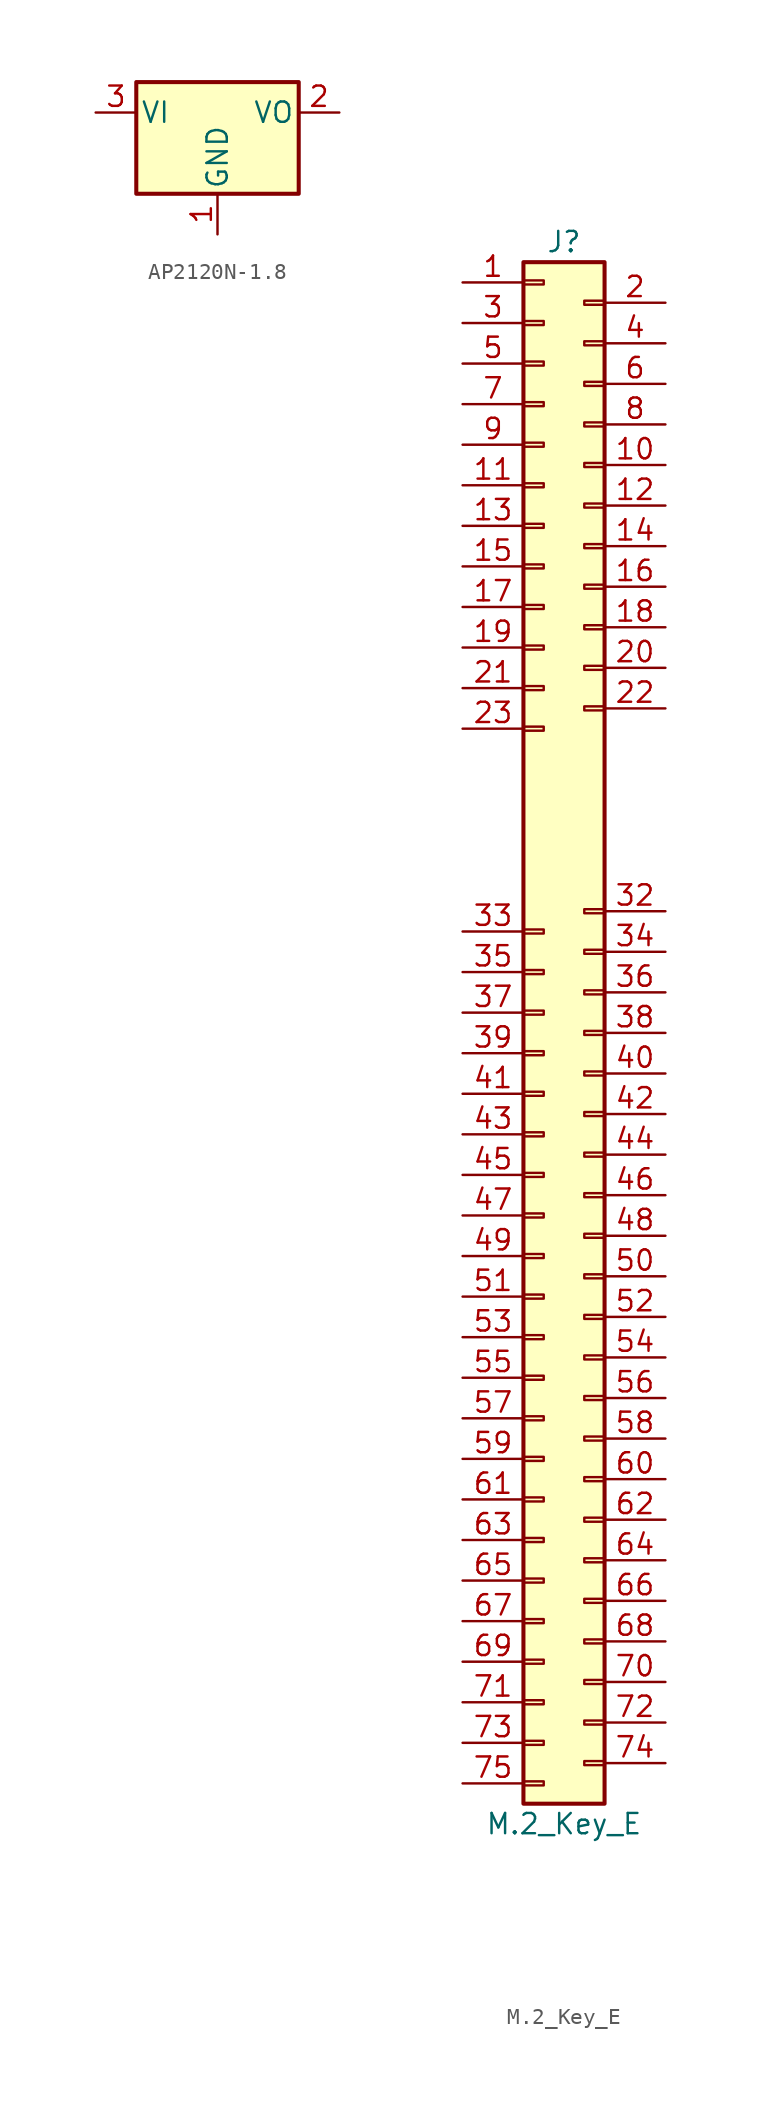
<source format=kicad_sym>
(kicad_symbol_lib
  (version 20220914)
  (generator kicad_symbol_editor)
  (symbol "AP2120N-1.8"
    (pin_names
      (offset 0.254))
    (property "Reference" "U"
      (at -3.81 3.175 0)
      (effects (font (size 1.27 1.27)) hide))
    (symbol "AP2120N-1.8_0_1"
      (rectangle (start -5.08 1.905) (end 5.08 -5.08) (stroke (width 0.254) (type default)) (fill (type background))))
    (symbol "AP2120N-1.8_1_1"
      (pin power_in line (at 0 -7.62 90) (length 2.54) (name "GND" (effects (font (size 1.27 1.27)))) (number "1" (effects (font (size 1.27 1.27)))))
      (pin power_out line (at 7.62 0 180) (length 2.54) (name "VO" (effects (font (size 1.27 1.27)))) (number "2" (effects (font (size 1.27 1.27)))))
      (pin power_in line (at -7.62 0 0) (length 2.54) (name "VI" (effects (font (size 1.27 1.27)))) (number "3" (effects (font (size 1.27 1.27)))))))
  (symbol "M.2_Key_E"
    (pin_names
      (offset 1.016) hide)
    (property "Reference" "J"
      (at 1.27 48.26 0)
      (effects (font (size 1.27 1.27))))
    (property "Value" "M.2_Key_E"
      (at 1.27 -50.8 0)
      (effects (font (size 1.27 1.27))))
    (symbol "M.2_Key_E_1_1"
      (rectangle (start -1.27 -48.133) (end 0 -48.387) (stroke (width 0.152) (type solid)) (fill (type none)))
      (rectangle (start -1.27 -45.593) (end 0 -45.847) (stroke (width 0.152) (type solid)) (fill (type none)))
      (rectangle (start -1.27 -43.053) (end 0 -43.307) (stroke (width 0.152) (type solid)) (fill (type none)))
      (rectangle (start -1.27 -40.513) (end 0 -40.767) (stroke (width 0.152) (type solid)) (fill (type none)))
      (rectangle (start -1.27 -37.973) (end 0 -38.227) (stroke (width 0.152) (type solid)) (fill (type none)))
      (rectangle (start -1.27 -35.433) (end 0 -35.687) (stroke (width 0.152) (type solid)) (fill (type none)))
      (rectangle (start -1.27 -32.893) (end 0 -33.147) (stroke (width 0.152) (type solid)) (fill (type none)))
      (rectangle (start -1.27 -30.353) (end 0 -30.607) (stroke (width 0.152) (type solid)) (fill (type none)))
      (rectangle (start -1.27 -27.813) (end 0 -28.067) (stroke (width 0.152) (type solid)) (fill (type none)))
      (rectangle (start -1.27 -25.273) (end 0 -25.527) (stroke (width 0.152) (type solid)) (fill (type none)))
      (rectangle (start -1.27 -22.733) (end 0 -22.987) (stroke (width 0.152) (type solid)) (fill (type none)))
      (rectangle (start -1.27 -20.193) (end 0 -20.447) (stroke (width 0.152) (type solid)) (fill (type none)))
      (rectangle (start -1.27 -17.653) (end 0 -17.907) (stroke (width 0.152) (type solid)) (fill (type none)))
      (rectangle (start -1.27 -15.113) (end 0 -15.367) (stroke (width 0.152) (type solid)) (fill (type none)))
      (rectangle (start -1.27 -12.573) (end 0 -12.827) (stroke (width 0.152) (type solid)) (fill (type none)))
      (rectangle (start -1.27 -10.033) (end 0 -10.287) (stroke (width 0.152) (type solid)) (fill (type none)))
      (rectangle (start -1.27 -7.493) (end 0 -7.747) (stroke (width 0.152) (type solid)) (fill (type none)))
      (rectangle (start -1.27 -4.953) (end 0 -5.207) (stroke (width 0.152) (type solid)) (fill (type none)))
      (rectangle (start -1.27 -2.413) (end 0 -2.667) (stroke (width 0.152) (type solid)) (fill (type none)))
      (rectangle (start -1.27 0.127) (end 0 -0.127) (stroke (width 0.152) (type solid)) (fill (type none)))
      (rectangle (start -1.27 2.667) (end 0 2.413) (stroke (width 0.152) (type solid)) (fill (type none)))
      (rectangle (start -1.27 5.207) (end 0 4.953) (stroke (width 0.152) (type solid)) (fill (type none)))
      (rectangle (start -1.27 17.907) (end 0 17.653) (stroke (width 0.152) (type solid)) (fill (type none)))
      (rectangle (start -1.27 20.447) (end 0 20.193) (stroke (width 0.152) (type solid)) (fill (type none)))
      (rectangle (start -1.27 22.987) (end 0 22.733) (stroke (width 0.152) (type solid)) (fill (type none)))
      (rectangle (start -1.27 25.527) (end 0 25.273) (stroke (width 0.152) (type solid)) (fill (type none)))
      (rectangle (start -1.27 28.067) (end 0 27.813) (stroke (width 0.152) (type solid)) (fill (type none)))
      (rectangle (start -1.27 30.607) (end 0 30.353) (stroke (width 0.152) (type solid)) (fill (type none)))
      (rectangle (start -1.27 33.147) (end 0 32.893) (stroke (width 0.152) (type solid)) (fill (type none)))
      (rectangle (start -1.27 35.687) (end 0 35.433) (stroke (width 0.152) (type solid)) (fill (type none)))
      (rectangle (start -1.27 38.227) (end 0 37.973) (stroke (width 0.152) (type solid)) (fill (type none)))
      (rectangle (start -1.27 40.767) (end 0 40.513) (stroke (width 0.152) (type solid)) (fill (type none)))
      (rectangle (start -1.27 43.307) (end 0 43.053) (stroke (width 0.152) (type solid)) (fill (type none)))
      (rectangle (start -1.27 45.847) (end 0 45.593) (stroke (width 0.152) (type solid)) (fill (type none)))
      (rectangle (start -1.27 46.99) (end 3.81 -49.53) (stroke (width 0.254) (type solid)) (fill (type background)))
      (rectangle (start 3.81 -46.863) (end 2.54 -47.117) (stroke (width 0.152) (type solid)) (fill (type none)))
      (rectangle (start 3.81 -44.323) (end 2.54 -44.577) (stroke (width 0.152) (type solid)) (fill (type none)))
      (rectangle (start 3.81 -41.783) (end 2.54 -42.037) (stroke (width 0.152) (type solid)) (fill (type none)))
      (rectangle (start 3.81 -39.243) (end 2.54 -39.497) (stroke (width 0.152) (type solid)) (fill (type none)))
      (rectangle (start 3.81 -36.703) (end 2.54 -36.957) (stroke (width 0.152) (type solid)) (fill (type none)))
      (rectangle (start 3.81 -34.163) (end 2.54 -34.417) (stroke (width 0.152) (type solid)) (fill (type none)))
      (rectangle (start 3.81 -31.623) (end 2.54 -31.877) (stroke (width 0.152) (type solid)) (fill (type none)))
      (rectangle (start 3.81 -29.083) (end 2.54 -29.337) (stroke (width 0.152) (type solid)) (fill (type none)))
      (rectangle (start 3.81 -26.543) (end 2.54 -26.797) (stroke (width 0.152) (type solid)) (fill (type none)))
      (rectangle (start 3.81 -24.003) (end 2.54 -24.257) (stroke (width 0.152) (type solid)) (fill (type none)))
      (rectangle (start 3.81 -21.463) (end 2.54 -21.717) (stroke (width 0.152) (type solid)) (fill (type none)))
      (rectangle (start 3.81 -18.923) (end 2.54 -19.177) (stroke (width 0.152) (type solid)) (fill (type none)))
      (rectangle (start 3.81 -16.383) (end 2.54 -16.637) (stroke (width 0.152) (type solid)) (fill (type none)))
      (rectangle (start 3.81 -13.843) (end 2.54 -14.097) (stroke (width 0.152) (type solid)) (fill (type none)))
      (rectangle (start 3.81 -11.303) (end 2.54 -11.557) (stroke (width 0.152) (type solid)) (fill (type none)))
      (rectangle (start 3.81 -8.763) (end 2.54 -9.017) (stroke (width 0.152) (type solid)) (fill (type none)))
      (rectangle (start 3.81 -6.223) (end 2.54 -6.477) (stroke (width 0.152) (type solid)) (fill (type none)))
      (rectangle (start 3.81 -3.683) (end 2.54 -3.937) (stroke (width 0.152) (type solid)) (fill (type none)))
      (rectangle (start 3.81 -1.143) (end 2.54 -1.397) (stroke (width 0.152) (type solid)) (fill (type none)))
      (rectangle (start 3.81 1.397) (end 2.54 1.143) (stroke (width 0.152) (type solid)) (fill (type none)))
      (rectangle (start 3.81 3.937) (end 2.54 3.683) (stroke (width 0.152) (type solid)) (fill (type none)))
      (rectangle (start 3.81 6.477) (end 2.54 6.223) (stroke (width 0.152) (type solid)) (fill (type none)))
      (rectangle (start 3.81 19.177) (end 2.54 18.923) (stroke (width 0.152) (type solid)) (fill (type none)))
      (rectangle (start 3.81 21.717) (end 2.54 21.463) (stroke (width 0.152) (type solid)) (fill (type none)))
      (rectangle (start 3.81 24.257) (end 2.54 24.003) (stroke (width 0.152) (type solid)) (fill (type none)))
      (rectangle (start 3.81 26.797) (end 2.54 26.543) (stroke (width 0.152) (type solid)) (fill (type none)))
      (rectangle (start 3.81 29.337) (end 2.54 29.083) (stroke (width 0.152) (type solid)) (fill (type none)))
      (rectangle (start 3.81 31.877) (end 2.54 31.623) (stroke (width 0.152) (type solid)) (fill (type none)))
      (rectangle (start 3.81 34.417) (end 2.54 34.163) (stroke (width 0.152) (type solid)) (fill (type none)))
      (rectangle (start 3.81 36.957) (end 2.54 36.703) (stroke (width 0.152) (type solid)) (fill (type none)))
      (rectangle (start 3.81 39.497) (end 2.54 39.243) (stroke (width 0.152) (type solid)) (fill (type none)))
      (rectangle (start 3.81 42.037) (end 2.54 41.783) (stroke (width 0.152) (type solid)) (fill (type none)))
      (rectangle (start 3.81 44.577) (end 2.54 44.323) (stroke (width 0.152) (type solid)) (fill (type none)))
      (pin passive line (at -5.08 45.72 0) (length 3.81) (name "Pin_1" (effects (font (size 1.27 1.27)))) (number "1" (effects (font (size 1.27 1.27)))))
      (pin passive line (at 7.62 34.29 180) (length 3.81) (name "Pin_10" (effects (font (size 1.27 1.27)))) (number "10" (effects (font (size 1.27 1.27)))))
      (pin passive line (at -5.08 33.02 0) (length 3.81) (name "Pin_11" (effects (font (size 1.27 1.27)))) (number "11" (effects (font (size 1.27 1.27)))))
      (pin passive line (at 7.62 31.75 180) (length 3.81) (name "Pin_12" (effects (font (size 1.27 1.27)))) (number "12" (effects (font (size 1.27 1.27)))))
      (pin passive line (at -5.08 30.48 0) (length 3.81) (name "Pin_13" (effects (font (size 1.27 1.27)))) (number "13" (effects (font (size 1.27 1.27)))))
      (pin passive line (at 7.62 29.21 180) (length 3.81) (name "Pin_14" (effects (font (size 1.27 1.27)))) (number "14" (effects (font (size 1.27 1.27)))))
      (pin passive line (at -5.08 27.94 0) (length 3.81) (name "Pin_15" (effects (font (size 1.27 1.27)))) (number "15" (effects (font (size 1.27 1.27)))))
      (pin passive line (at 7.62 26.67 180) (length 3.81) (name "Pin_16" (effects (font (size 1.27 1.27)))) (number "16" (effects (font (size 1.27 1.27)))))
      (pin passive line (at -5.08 25.4 0) (length 3.81) (name "Pin_17" (effects (font (size 1.27 1.27)))) (number "17" (effects (font (size 1.27 1.27)))))
      (pin passive line (at 7.62 24.13 180) (length 3.81) (name "Pin_18" (effects (font (size 1.27 1.27)))) (number "18" (effects (font (size 1.27 1.27)))))
      (pin passive line (at -5.08 22.86 0) (length 3.81) (name "Pin_19" (effects (font (size 1.27 1.27)))) (number "19" (effects (font (size 1.27 1.27)))))
      (pin passive line (at 7.62 44.45 180) (length 3.81) (name "Pin_2" (effects (font (size 1.27 1.27)))) (number "2" (effects (font (size 1.27 1.27)))))
      (pin passive line (at 7.62 21.59 180) (length 3.81) (name "Pin_20" (effects (font (size 1.27 1.27)))) (number "20" (effects (font (size 1.27 1.27)))))
      (pin passive line (at -5.08 20.32 0) (length 3.81) (name "Pin_21" (effects (font (size 1.27 1.27)))) (number "21" (effects (font (size 1.27 1.27)))))
      (pin passive line (at 7.62 19.05 180) (length 3.81) (name "Pin_22" (effects (font (size 1.27 1.27)))) (number "22" (effects (font (size 1.27 1.27)))))
      (pin passive line (at -5.08 17.78 0) (length 3.81) (name "Pin_23" (effects (font (size 1.27 1.27)))) (number "23" (effects (font (size 1.27 1.27)))))
      (pin passive line (at -5.08 43.18 0) (length 3.81) (name "Pin_3" (effects (font (size 1.27 1.27)))) (number "3" (effects (font (size 1.27 1.27)))))
      (pin passive line (at 7.62 6.35 180) (length 3.81) (name "Pin_32" (effects (font (size 1.27 1.27)))) (number "32" (effects (font (size 1.27 1.27)))))
      (pin passive line (at -5.08 5.08 0) (length 3.81) (name "Pin_33" (effects (font (size 1.27 1.27)))) (number "33" (effects (font (size 1.27 1.27)))))
      (pin passive line (at 7.62 3.81 180) (length 3.81) (name "Pin_34" (effects (font (size 1.27 1.27)))) (number "34" (effects (font (size 1.27 1.27)))))
      (pin passive line (at -5.08 2.54 0) (length 3.81) (name "Pin_35" (effects (font (size 1.27 1.27)))) (number "35" (effects (font (size 1.27 1.27)))))
      (pin passive line (at 7.62 1.27 180) (length 3.81) (name "Pin_36" (effects (font (size 1.27 1.27)))) (number "36" (effects (font (size 1.27 1.27)))))
      (pin passive line (at -5.08 0 0) (length 3.81) (name "Pin_37" (effects (font (size 1.27 1.27)))) (number "37" (effects (font (size 1.27 1.27)))))
      (pin passive line (at 7.62 -1.27 180) (length 3.81) (name "Pin_38" (effects (font (size 1.27 1.27)))) (number "38" (effects (font (size 1.27 1.27)))))
      (pin passive line (at -5.08 -2.54 0) (length 3.81) (name "Pin_39" (effects (font (size 1.27 1.27)))) (number "39" (effects (font (size 1.27 1.27)))))
      (pin passive line (at 7.62 41.91 180) (length 3.81) (name "Pin_4" (effects (font (size 1.27 1.27)))) (number "4" (effects (font (size 1.27 1.27)))))
      (pin passive line (at 7.62 -3.81 180) (length 3.81) (name "Pin_40" (effects (font (size 1.27 1.27)))) (number "40" (effects (font (size 1.27 1.27)))))
      (pin passive line (at -5.08 -5.08 0) (length 3.81) (name "Pin_41" (effects (font (size 1.27 1.27)))) (number "41" (effects (font (size 1.27 1.27)))))
      (pin passive line (at 7.62 -6.35 180) (length 3.81) (name "Pin_42" (effects (font (size 1.27 1.27)))) (number "42" (effects (font (size 1.27 1.27)))))
      (pin passive line (at -5.08 -7.62 0) (length 3.81) (name "Pin_43" (effects (font (size 1.27 1.27)))) (number "43" (effects (font (size 1.27 1.27)))))
      (pin passive line (at 7.62 -8.89 180) (length 3.81) (name "Pin_44" (effects (font (size 1.27 1.27)))) (number "44" (effects (font (size 1.27 1.27)))))
      (pin passive line (at -5.08 -10.16 0) (length 3.81) (name "Pin_45" (effects (font (size 1.27 1.27)))) (number "45" (effects (font (size 1.27 1.27)))))
      (pin passive line (at 7.62 -11.43 180) (length 3.81) (name "Pin_46" (effects (font (size 1.27 1.27)))) (number "46" (effects (font (size 1.27 1.27)))))
      (pin passive line (at -5.08 -12.7 0) (length 3.81) (name "Pin_47" (effects (font (size 1.27 1.27)))) (number "47" (effects (font (size 1.27 1.27)))))
      (pin passive line (at 7.62 -13.97 180) (length 3.81) (name "Pin_48" (effects (font (size 1.27 1.27)))) (number "48" (effects (font (size 1.27 1.27)))))
      (pin passive line (at -5.08 -15.24 0) (length 3.81) (name "Pin_49" (effects (font (size 1.27 1.27)))) (number "49" (effects (font (size 1.27 1.27)))))
      (pin passive line (at -5.08 40.64 0) (length 3.81) (name "Pin_5" (effects (font (size 1.27 1.27)))) (number "5" (effects (font (size 1.27 1.27)))))
      (pin passive line (at 7.62 -16.51 180) (length 3.81) (name "Pin_50" (effects (font (size 1.27 1.27)))) (number "50" (effects (font (size 1.27 1.27)))))
      (pin passive line (at -5.08 -17.78 0) (length 3.81) (name "Pin_51" (effects (font (size 1.27 1.27)))) (number "51" (effects (font (size 1.27 1.27)))))
      (pin passive line (at 7.62 -19.05 180) (length 3.81) (name "Pin_52" (effects (font (size 1.27 1.27)))) (number "52" (effects (font (size 1.27 1.27)))))
      (pin passive line (at -5.08 -20.32 0) (length 3.81) (name "Pin_53" (effects (font (size 1.27 1.27)))) (number "53" (effects (font (size 1.27 1.27)))))
      (pin passive line (at 7.62 -21.59 180) (length 3.81) (name "Pin_54" (effects (font (size 1.27 1.27)))) (number "54" (effects (font (size 1.27 1.27)))))
      (pin passive line (at -5.08 -22.86 0) (length 3.81) (name "Pin_55" (effects (font (size 1.27 1.27)))) (number "55" (effects (font (size 1.27 1.27)))))
      (pin passive line (at 7.62 -24.13 180) (length 3.81) (name "Pin_56" (effects (font (size 1.27 1.27)))) (number "56" (effects (font (size 1.27 1.27)))))
      (pin passive line (at -5.08 -25.4 0) (length 3.81) (name "Pin_57" (effects (font (size 1.27 1.27)))) (number "57" (effects (font (size 1.27 1.27)))))
      (pin passive line (at 7.62 -26.67 180) (length 3.81) (name "Pin_58" (effects (font (size 1.27 1.27)))) (number "58" (effects (font (size 1.27 1.27)))))
      (pin passive line (at -5.08 -27.94 0) (length 3.81) (name "Pin_59" (effects (font (size 1.27 1.27)))) (number "59" (effects (font (size 1.27 1.27)))))
      (pin passive line (at 7.62 39.37 180) (length 3.81) (name "Pin_6" (effects (font (size 1.27 1.27)))) (number "6" (effects (font (size 1.27 1.27)))))
      (pin passive line (at 7.62 -29.21 180) (length 3.81) (name "Pin_60" (effects (font (size 1.27 1.27)))) (number "60" (effects (font (size 1.27 1.27)))))
      (pin passive line (at -5.08 -30.48 0) (length 3.81) (name "Pin_61" (effects (font (size 1.27 1.27)))) (number "61" (effects (font (size 1.27 1.27)))))
      (pin passive line (at 7.62 -31.75 180) (length 3.81) (name "Pin_62" (effects (font (size 1.27 1.27)))) (number "62" (effects (font (size 1.27 1.27)))))
      (pin passive line (at -5.08 -33.02 0) (length 3.81) (name "Pin_63" (effects (font (size 1.27 1.27)))) (number "63" (effects (font (size 1.27 1.27)))))
      (pin passive line (at 7.62 -34.29 180) (length 3.81) (name "Pin_64" (effects (font (size 1.27 1.27)))) (number "64" (effects (font (size 1.27 1.27)))))
      (pin passive line (at -5.08 -35.56 0) (length 3.81) (name "Pin_65" (effects (font (size 1.27 1.27)))) (number "65" (effects (font (size 1.27 1.27)))))
      (pin passive line (at 7.62 -36.83 180) (length 3.81) (name "Pin_66" (effects (font (size 1.27 1.27)))) (number "66" (effects (font (size 1.27 1.27)))))
      (pin passive line (at -5.08 -38.1 0) (length 3.81) (name "Pin_67" (effects (font (size 1.27 1.27)))) (number "67" (effects (font (size 1.27 1.27)))))
      (pin passive line (at 7.62 -39.37 180) (length 3.81) (name "Pin_68" (effects (font (size 1.27 1.27)))) (number "68" (effects (font (size 1.27 1.27)))))
      (pin passive line (at -5.08 -40.64 0) (length 3.81) (name "Pin_69" (effects (font (size 1.27 1.27)))) (number "69" (effects (font (size 1.27 1.27)))))
      (pin passive line (at -5.08 38.1 0) (length 3.81) (name "Pin_7" (effects (font (size 1.27 1.27)))) (number "7" (effects (font (size 1.27 1.27)))))
      (pin passive line (at 7.62 -41.91 180) (length 3.81) (name "Pin_70" (effects (font (size 1.27 1.27)))) (number "70" (effects (font (size 1.27 1.27)))))
      (pin passive line (at -5.08 -43.18 0) (length 3.81) (name "Pin_71" (effects (font (size 1.27 1.27)))) (number "71" (effects (font (size 1.27 1.27)))))
      (pin passive line (at 7.62 -44.45 180) (length 3.81) (name "Pin_72" (effects (font (size 1.27 1.27)))) (number "72" (effects (font (size 1.27 1.27)))))
      (pin passive line (at -5.08 -45.72 0) (length 3.81) (name "Pin_73" (effects (font (size 1.27 1.27)))) (number "73" (effects (font (size 1.27 1.27)))))
      (pin passive line (at 7.62 -46.99 180) (length 3.81) (name "Pin_74" (effects (font (size 1.27 1.27)))) (number "74" (effects (font (size 1.27 1.27)))))
      (pin passive line (at -5.08 -48.26 0) (length 3.81) (name "Pin_75" (effects (font (size 1.27 1.27)))) (number "75" (effects (font (size 1.27 1.27)))))
      (pin passive line (at 7.62 36.83 180) (length 3.81) (name "Pin_8" (effects (font (size 1.27 1.27)))) (number "8" (effects (font (size 1.27 1.27)))))
      (pin passive line (at -5.08 35.56 0) (length 3.81) (name "Pin_9" (effects (font (size 1.27 1.27)))) (number "9" (effects (font (size 1.27 1.27))))))))
</source>
